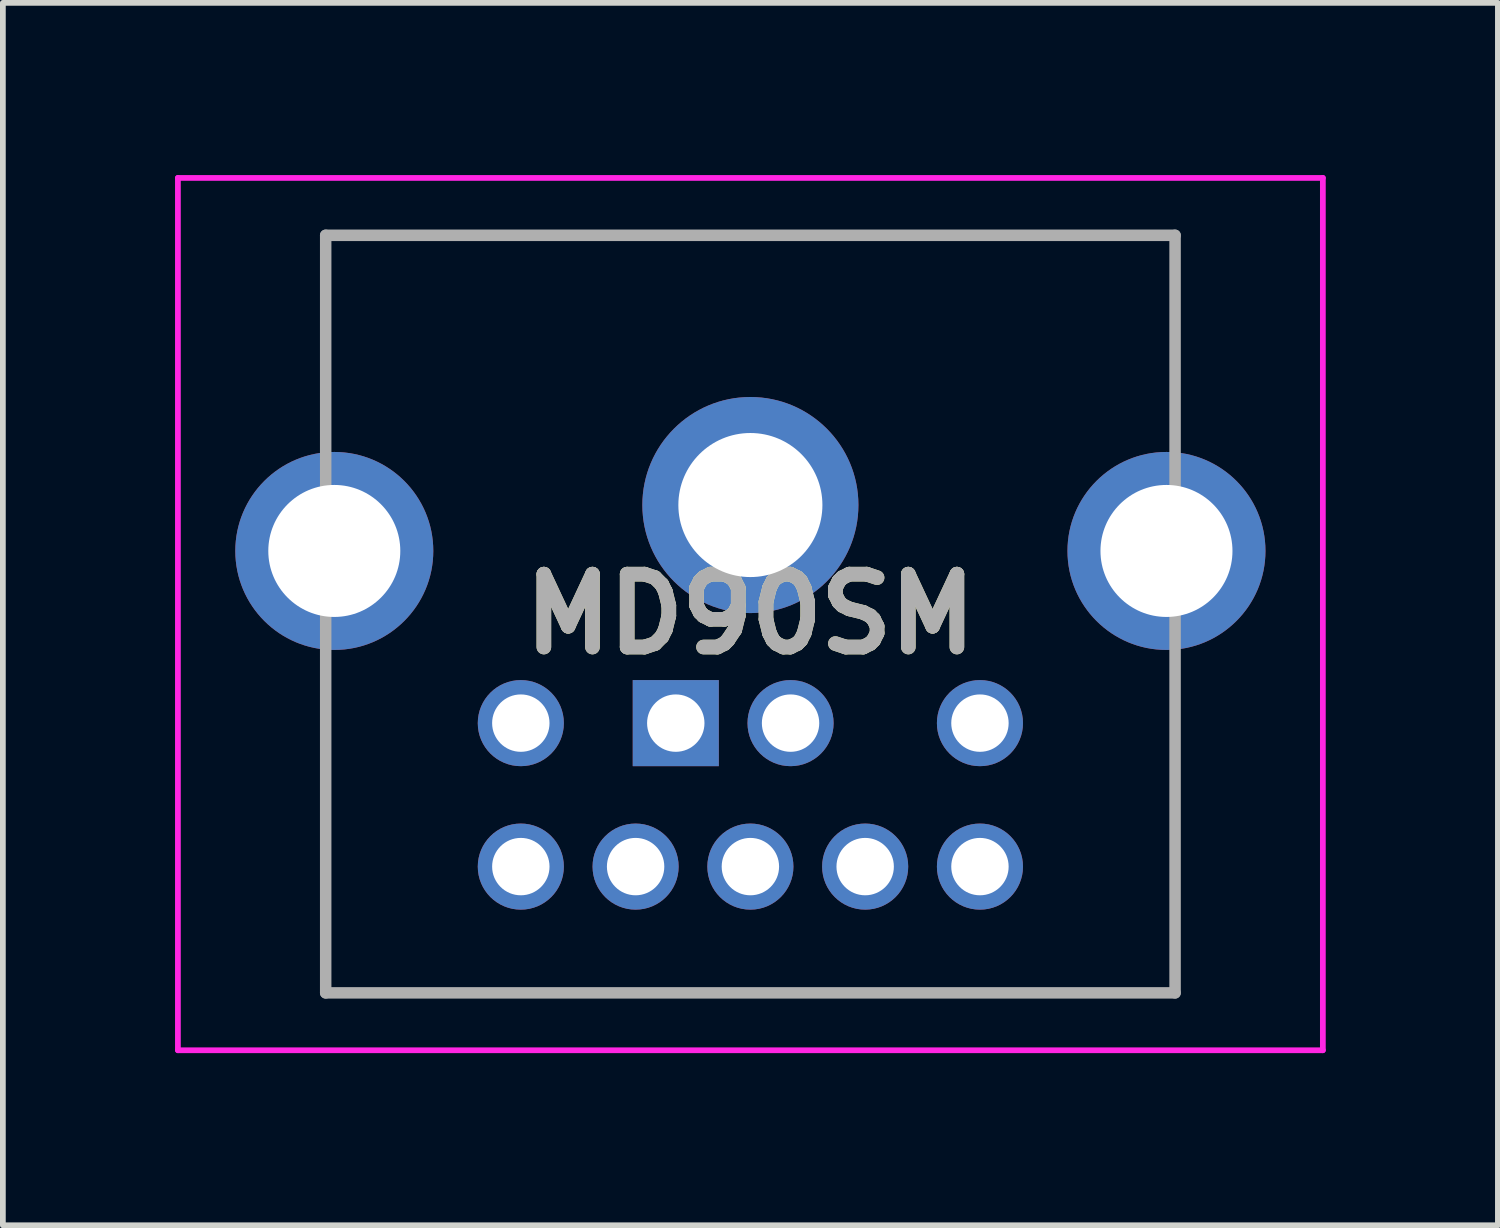
<source format=kicad_pcb>
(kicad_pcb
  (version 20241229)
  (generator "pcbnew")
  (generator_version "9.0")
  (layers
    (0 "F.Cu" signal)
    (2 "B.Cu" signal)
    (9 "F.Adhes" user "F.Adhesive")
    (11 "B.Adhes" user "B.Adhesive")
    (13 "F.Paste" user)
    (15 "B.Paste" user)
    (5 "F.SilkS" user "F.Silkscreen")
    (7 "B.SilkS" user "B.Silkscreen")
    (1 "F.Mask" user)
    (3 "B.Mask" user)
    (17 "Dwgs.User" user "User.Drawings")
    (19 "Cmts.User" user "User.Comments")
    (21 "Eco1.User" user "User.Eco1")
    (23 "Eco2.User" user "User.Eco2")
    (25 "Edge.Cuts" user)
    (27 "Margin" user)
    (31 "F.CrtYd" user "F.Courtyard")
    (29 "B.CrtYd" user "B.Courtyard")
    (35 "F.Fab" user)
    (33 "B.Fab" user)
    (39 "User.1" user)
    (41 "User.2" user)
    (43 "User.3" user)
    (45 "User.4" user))
  (footprint "MD90SM"
    (layer "F.Cu")
    (at 8.725 9.55)
    (property "Reference" "MD90SM" (at 1.3 -1.9 0) (layer "F.SilkS") (effects (font (size 1.27 1.27) (thickness 0.254))))
    (attr through_hole)
    (fp_line (start -6.1 -8.5) (end -6.1 -8.5) (stroke (width 0.1) (type solid)) (layer "F.SilkS"))
    (fp_line (start -6.1 -8.5) (end -6.1 -8.5) (stroke (width 0.1) (type solid)) (layer "F.SilkS"))
    (fp_line (start -6.1 -8.5) (end -6.1 -5.3) (stroke (width 0.1) (type solid)) (layer "F.SilkS"))
    (fp_line (start -6.1 -8.5) (end 8.7 -8.5) (stroke (width 0.1) (type solid)) (layer "F.SilkS"))
    (fp_line (start -6.1 -5.3) (end -6.1 -8.5) (stroke (width 0.1) (type solid)) (layer "F.SilkS"))
    (fp_line (start -6.1 -5.3) (end -6.1 -5.3) (stroke (width 0.1) (type solid)) (layer "F.SilkS"))
    (fp_line (start -6.1 -0.3) (end -6.1 -0.3) (stroke (width 0.1) (type solid)) (layer "F.SilkS"))
    (fp_line (start -6.1 -0.3) (end -6.1 4.7) (stroke (width 0.1) (type solid)) (layer "F.SilkS"))
    (fp_line (start -6.1 4.7) (end -6.1 -0.3) (stroke (width 0.1) (type solid)) (layer "F.SilkS"))
    (fp_line (start -6.1 4.7) (end -6.1 4.7) (stroke (width 0.1) (type solid)) (layer "F.SilkS"))
    (fp_line (start -6.1 4.7) (end -6.1 4.7) (stroke (width 0.1) (type solid)) (layer "F.SilkS"))
    (fp_line (start -6.1 4.7) (end 8.7 4.7) (stroke (width 0.1) (type solid)) (layer "F.SilkS"))
    (fp_line (start 8.7 -8.5) (end -6.1 -8.5) (stroke (width 0.1) (type solid)) (layer "F.SilkS"))
    (fp_line (start 8.7 -8.5) (end 8.7 -8.5) (stroke (width 0.1) (type solid)) (layer "F.SilkS"))
    (fp_line (start 8.7 -8.5) (end 8.7 -8.5) (stroke (width 0.1) (type solid)) (layer "F.SilkS"))
    (fp_line (start 8.7 -8.5) (end 8.7 -5.55) (stroke (width 0.1) (type solid)) (layer "F.SilkS"))
    (fp_line (start 8.7 -5.55) (end 8.7 -8.5) (stroke (width 0.1) (type solid)) (layer "F.SilkS"))
    (fp_line (start 8.7 -5.55) (end 8.7 -5.55) (stroke (width 0.1) (type solid)) (layer "F.SilkS"))
    (fp_line (start 8.7 -0.55) (end 8.7 -0.55) (stroke (width 0.1) (type solid)) (layer "F.SilkS"))
    (fp_line (start 8.7 -0.55) (end 8.7 4.7) (stroke (width 0.1) (type solid)) (layer "F.SilkS"))
    (fp_line (start 8.7 4.7) (end -6.1 4.7) (stroke (width 0.1) (type solid)) (layer "F.SilkS"))
    (fp_line (start 8.7 4.7) (end 8.7 -0.55) (stroke (width 0.1) (type solid)) (layer "F.SilkS"))
    (fp_line (start 8.7 4.7) (end 8.7 4.7) (stroke (width 0.1) (type solid)) (layer "F.SilkS"))
    (fp_line (start 8.7 4.7) (end 8.7 4.7) (stroke (width 0.1) (type solid)) (layer "F.SilkS"))
    (fp_line (start -8.675 -9.5) (end 11.275 -9.5) (stroke (width 0.1) (type solid)) (layer "F.CrtYd"))
    (fp_line (start -8.675 5.7) (end -8.675 -9.5) (stroke (width 0.1) (type solid)) (layer "F.CrtYd"))
    (fp_line (start 11.275 -9.5) (end 11.275 5.7) (stroke (width 0.1) (type solid)) (layer "F.CrtYd"))
    (fp_line (start 11.275 5.7) (end -8.675 5.7) (stroke (width 0.1) (type solid)) (layer "F.CrtYd"))
    (fp_line (start -6.1 -8.5) (end -6.1 4.7) (stroke (width 0.2) (type solid)) (layer "F.Fab"))
    (fp_line (start -6.1 4.7) (end 8.7 4.7) (stroke (width 0.2) (type solid)) (layer "F.Fab"))
    (fp_line (start 8.7 -8.5) (end -6.1 -8.5) (stroke (width 0.2) (type solid)) (layer "F.Fab"))
    (fp_line (start 8.7 4.7) (end 8.7 -8.5) (stroke (width 0.2) (type solid)) (layer "F.Fab"))
    (fp_text user "${REFERENCE}" (at 1.3 -1.9 0) (layer "F.Fab") (effects (font (size 1.27 1.27) (thickness 0.254))))
    (pad "1" thru_hole rect (at 0 0) (size 1.5 1.5) (drill 1) (layers "*.Cu" "*.Mask"))
    (pad "2" thru_hole circle (at 2 0) (size 1.5 1.5) (drill 1) (layers "*.Cu" "*.Mask"))
    (pad "3" thru_hole circle (at -2.7 0) (size 1.5 1.5) (drill 1) (layers "*.Cu" "*.Mask"))
    (pad "4" thru_hole circle (at -0.7 2.5) (size 1.5 1.5) (drill 1) (layers "*.Cu" "*.Mask"))
    (pad "5" thru_hole circle (at 1.3 2.5) (size 1.5 1.5) (drill 1) (layers "*.Cu" "*.Mask"))
    (pad "6" thru_hole circle (at 5.3 0) (size 1.5 1.5) (drill 1) (layers "*.Cu" "*.Mask"))
    (pad "7" thru_hole circle (at -2.7 2.5) (size 1.5 1.5) (drill 1) (layers "*.Cu" "*.Mask"))
    (pad "8" thru_hole circle (at 3.3 2.5) (size 1.5 1.5) (drill 1) (layers "*.Cu" "*.Mask"))
    (pad "9" thru_hole circle (at 5.3 2.5) (size 1.5 1.5) (drill 1) (layers "*.Cu" "*.Mask"))
    (pad "MH1" thru_hole circle (at -5.95 -3) (size 3.45 3.45) (drill 2.3) (layers "*.Cu" "*.Mask"))
    (pad "MH2" thru_hole circle (at 8.55 -3) (size 3.45 3.45) (drill 2.3) (layers "*.Cu" "*.Mask"))
    (pad "MH3" thru_hole circle (at 1.3 -3.8) (size 3.765 3.765) (drill 2.51) (layers "*.Cu" "*.Mask")))
  (gr_rect
    (start -3 -3)
    (end 23.05 18.3)
    (stroke (width 0.1) (type default))
    (fill no)
    (layer "Edge.Cuts")))
</source>
